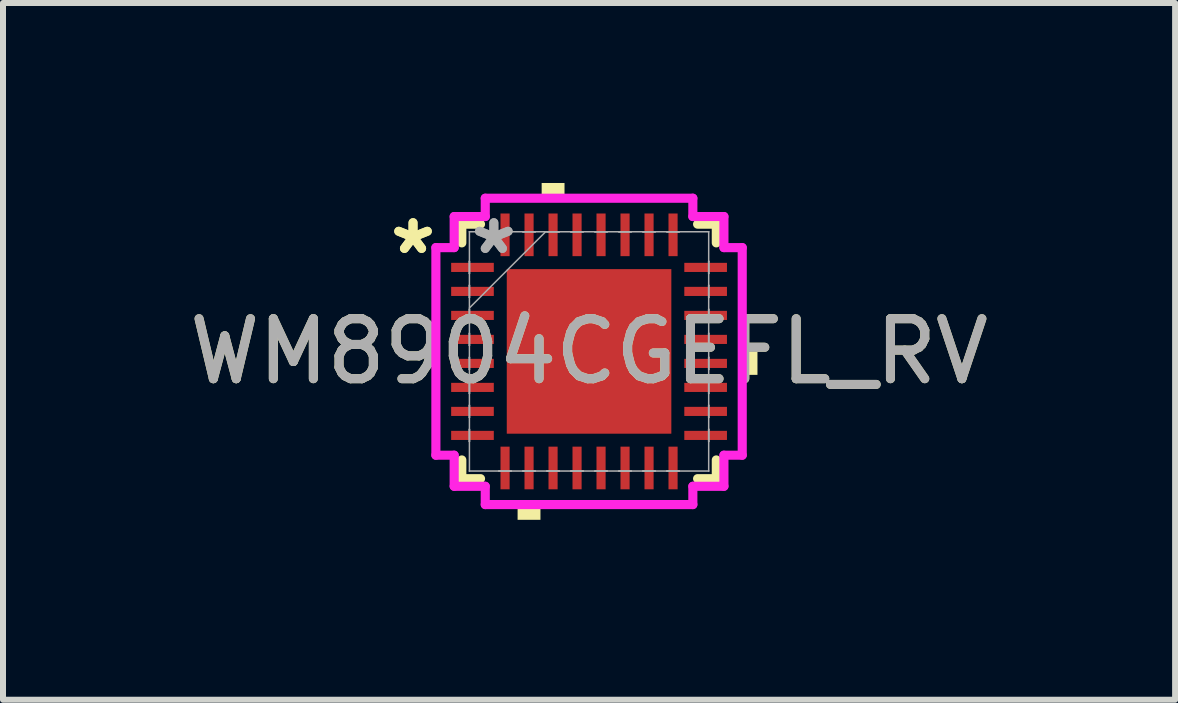
<source format=kicad_pcb>
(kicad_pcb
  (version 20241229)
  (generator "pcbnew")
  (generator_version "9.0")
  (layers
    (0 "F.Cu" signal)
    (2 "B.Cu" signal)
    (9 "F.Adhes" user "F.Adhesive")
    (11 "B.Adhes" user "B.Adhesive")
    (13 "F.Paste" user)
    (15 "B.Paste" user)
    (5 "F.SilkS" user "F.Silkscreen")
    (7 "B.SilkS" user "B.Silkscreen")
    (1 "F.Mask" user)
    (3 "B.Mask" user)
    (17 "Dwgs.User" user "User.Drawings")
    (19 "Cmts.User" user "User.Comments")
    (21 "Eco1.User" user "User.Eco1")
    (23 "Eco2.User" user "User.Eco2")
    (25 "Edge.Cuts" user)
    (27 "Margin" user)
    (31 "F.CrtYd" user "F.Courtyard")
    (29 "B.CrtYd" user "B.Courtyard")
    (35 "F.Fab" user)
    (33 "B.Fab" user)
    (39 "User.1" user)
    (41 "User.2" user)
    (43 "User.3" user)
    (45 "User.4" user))
  (footprint "WM8904CGEFL_RV"
    (layer "F.Cu")
    (at 6.768 2.807)
    (property "Reference" "WM8904CGEFL_RV" (at 0 0 0) (unlocked yes) (layer "F.SilkS") (effects (font (size 1 1) (thickness 0.15))))
    (attr smd)
    (fp_line (start -2.121 -2.121) (end -2.121 -1.809) (stroke (width 0.152) (type solid)) (layer "F.SilkS"))
    (fp_line (start -2.121 1.809) (end -2.121 2.121) (stroke (width 0.152) (type solid)) (layer "F.SilkS"))
    (fp_line (start -2.121 2.121) (end -1.809 2.121) (stroke (width 0.152) (type solid)) (layer "F.SilkS"))
    (fp_line (start -1.809 -2.121) (end -2.121 -2.121) (stroke (width 0.152) (type solid)) (layer "F.SilkS"))
    (fp_line (start 1.809 2.121) (end 2.121 2.121) (stroke (width 0.152) (type solid)) (layer "F.SilkS"))
    (fp_line (start 2.121 -2.121) (end 1.809 -2.121) (stroke (width 0.152) (type solid)) (layer "F.SilkS"))
    (fp_line (start 2.121 -1.809) (end 2.121 -2.121) (stroke (width 0.152) (type solid)) (layer "F.SilkS"))
    (fp_line (start 2.121 2.121) (end 2.121 1.809) (stroke (width 0.152) (type solid)) (layer "F.SilkS"))
    (fp_poly (pts (xy -1.191 2.553) (xy -1.191 2.807) (xy -0.81 2.807) (xy -0.81 2.553)) (stroke (width 0) (type solid)) (fill yes) (layer "F.SilkS"))
    (fp_poly (pts (xy -0.79 -2.553) (xy -0.79 -2.807) (xy -0.409 -2.807) (xy -0.409 -2.553)) (stroke (width 0) (type solid)) (fill yes) (layer "F.SilkS"))
    (fp_poly (pts (xy 2.807 0.009) (xy 2.807 0.391) (xy 2.553 0.391) (xy 2.553 0.009)) (stroke (width 0) (type solid)) (fill yes) (layer "F.SilkS"))
    (fp_poly (pts (xy -1.272 -1.272) (xy -1.272 -0.1) (xy -0.1 -0.1) (xy -0.1 -1.272)) (stroke (width 0) (type solid)) (fill yes) (layer "F.Paste"))
    (fp_poly (pts (xy -1.272 0.1) (xy -1.272 1.272) (xy -0.1 1.272) (xy -0.1 0.1)) (stroke (width 0) (type solid)) (fill yes) (layer "F.Paste"))
    (fp_poly (pts (xy 0.1 -1.272) (xy 0.1 -0.1) (xy 1.272 -0.1) (xy 1.272 -1.272)) (stroke (width 0) (type solid)) (fill yes) (layer "F.Paste"))
    (fp_poly (pts (xy 0.1 0.1) (xy 0.1 1.272) (xy 1.272 1.272) (xy 1.272 0.1)) (stroke (width 0) (type solid)) (fill yes) (layer "F.Paste"))
    (fp_line (start -2.553 -1.73) (end -2.248 -1.73) (stroke (width 0.152) (type solid)) (layer "F.CrtYd"))
    (fp_line (start -2.553 1.73) (end -2.553 -1.73) (stroke (width 0.152) (type solid)) (layer "F.CrtYd"))
    (fp_line (start -2.248 -2.248) (end -1.73 -2.248) (stroke (width 0.152) (type solid)) (layer "F.CrtYd"))
    (fp_line (start -2.248 -1.73) (end -2.248 -2.248) (stroke (width 0.152) (type solid)) (layer "F.CrtYd"))
    (fp_line (start -2.248 1.73) (end -2.553 1.73) (stroke (width 0.152) (type solid)) (layer "F.CrtYd"))
    (fp_line (start -2.248 2.248) (end -2.248 1.73) (stroke (width 0.152) (type solid)) (layer "F.CrtYd"))
    (fp_line (start -1.73 -2.553) (end 1.73 -2.553) (stroke (width 0.152) (type solid)) (layer "F.CrtYd"))
    (fp_line (start -1.73 -2.248) (end -1.73 -2.553) (stroke (width 0.152) (type solid)) (layer "F.CrtYd"))
    (fp_line (start -1.73 2.248) (end -2.248 2.248) (stroke (width 0.152) (type solid)) (layer "F.CrtYd"))
    (fp_line (start -1.73 2.553) (end -1.73 2.248) (stroke (width 0.152) (type solid)) (layer "F.CrtYd"))
    (fp_line (start 1.73 -2.553) (end 1.73 -2.248) (stroke (width 0.152) (type solid)) (layer "F.CrtYd"))
    (fp_line (start 1.73 -2.248) (end 2.248 -2.248) (stroke (width 0.152) (type solid)) (layer "F.CrtYd"))
    (fp_line (start 1.73 2.248) (end 1.73 2.553) (stroke (width 0.152) (type solid)) (layer "F.CrtYd"))
    (fp_line (start 1.73 2.553) (end -1.73 2.553) (stroke (width 0.152) (type solid)) (layer "F.CrtYd"))
    (fp_line (start 2.248 -2.248) (end 2.248 -1.73) (stroke (width 0.152) (type solid)) (layer "F.CrtYd"))
    (fp_line (start 2.248 -1.73) (end 2.553 -1.73) (stroke (width 0.152) (type solid)) (layer "F.CrtYd"))
    (fp_line (start 2.248 1.73) (end 2.248 2.248) (stroke (width 0.152) (type solid)) (layer "F.CrtYd"))
    (fp_line (start 2.248 2.248) (end 1.73 2.248) (stroke (width 0.152) (type solid)) (layer "F.CrtYd"))
    (fp_line (start 2.553 -1.73) (end 2.553 1.73) (stroke (width 0.152) (type solid)) (layer "F.CrtYd"))
    (fp_line (start 2.553 1.73) (end 2.248 1.73) (stroke (width 0.152) (type solid)) (layer "F.CrtYd"))
    (fp_line (start -1.994 -1.994) (end -1.994 -1.994) (stroke (width 0.025) (type solid)) (layer "F.Fab"))
    (fp_line (start -1.994 -1.994) (end -1.994 1.994) (stroke (width 0.025) (type solid)) (layer "F.Fab"))
    (fp_line (start -1.994 -1.502) (end -1.994 -1.502) (stroke (width 0.025) (type solid)) (layer "F.Fab"))
    (fp_line (start -1.994 -1.502) (end -1.994 -1.298) (stroke (width 0.025) (type solid)) (layer "F.Fab"))
    (fp_line (start -1.994 -1.298) (end -1.994 -1.502) (stroke (width 0.025) (type solid)) (layer "F.Fab"))
    (fp_line (start -1.994 -1.298) (end -1.994 -1.298) (stroke (width 0.025) (type solid)) (layer "F.Fab"))
    (fp_line (start -1.994 -1.102) (end -1.994 -1.102) (stroke (width 0.025) (type solid)) (layer "F.Fab"))
    (fp_line (start -1.994 -1.102) (end -1.994 -0.898) (stroke (width 0.025) (type solid)) (layer "F.Fab"))
    (fp_line (start -1.994 -0.898) (end -1.994 -1.102) (stroke (width 0.025) (type solid)) (layer "F.Fab"))
    (fp_line (start -1.994 -0.898) (end -1.994 -0.898) (stroke (width 0.025) (type solid)) (layer "F.Fab"))
    (fp_line (start -1.994 -0.724) (end -0.724 -1.994) (stroke (width 0.025) (type solid)) (layer "F.Fab"))
    (fp_line (start -1.994 -0.702) (end -1.994 -0.702) (stroke (width 0.025) (type solid)) (layer "F.Fab"))
    (fp_line (start -1.994 -0.702) (end -1.994 -0.498) (stroke (width 0.025) (type solid)) (layer "F.Fab"))
    (fp_line (start -1.994 -0.498) (end -1.994 -0.702) (stroke (width 0.025) (type solid)) (layer "F.Fab"))
    (fp_line (start -1.994 -0.498) (end -1.994 -0.498) (stroke (width 0.025) (type solid)) (layer "F.Fab"))
    (fp_line (start -1.994 -0.302) (end -1.994 -0.302) (stroke (width 0.025) (type solid)) (layer "F.Fab"))
    (fp_line (start -1.994 -0.302) (end -1.994 -0.098) (stroke (width 0.025) (type solid)) (layer "F.Fab"))
    (fp_line (start -1.994 -0.098) (end -1.994 -0.302) (stroke (width 0.025) (type solid)) (layer "F.Fab"))
    (fp_line (start -1.994 -0.098) (end -1.994 -0.098) (stroke (width 0.025) (type solid)) (layer "F.Fab"))
    (fp_line (start -1.994 0.098) (end -1.994 0.098) (stroke (width 0.025) (type solid)) (layer "F.Fab"))
    (fp_line (start -1.994 0.098) (end -1.994 0.302) (stroke (width 0.025) (type solid)) (layer "F.Fab"))
    (fp_line (start -1.994 0.302) (end -1.994 0.098) (stroke (width 0.025) (type solid)) (layer "F.Fab"))
    (fp_line (start -1.994 0.302) (end -1.994 0.302) (stroke (width 0.025) (type solid)) (layer "F.Fab"))
    (fp_line (start -1.994 0.498) (end -1.994 0.498) (stroke (width 0.025) (type solid)) (layer "F.Fab"))
    (fp_line (start -1.994 0.498) (end -1.994 0.702) (stroke (width 0.025) (type solid)) (layer "F.Fab"))
    (fp_line (start -1.994 0.702) (end -1.994 0.498) (stroke (width 0.025) (type solid)) (layer "F.Fab"))
    (fp_line (start -1.994 0.702) (end -1.994 0.702) (stroke (width 0.025) (type solid)) (layer "F.Fab"))
    (fp_line (start -1.994 0.898) (end -1.994 0.898) (stroke (width 0.025) (type solid)) (layer "F.Fab"))
    (fp_line (start -1.994 0.898) (end -1.994 1.102) (stroke (width 0.025) (type solid)) (layer "F.Fab"))
    (fp_line (start -1.994 1.102) (end -1.994 0.898) (stroke (width 0.025) (type solid)) (layer "F.Fab"))
    (fp_line (start -1.994 1.102) (end -1.994 1.102) (stroke (width 0.025) (type solid)) (layer "F.Fab"))
    (fp_line (start -1.994 1.298) (end -1.994 1.298) (stroke (width 0.025) (type solid)) (layer "F.Fab"))
    (fp_line (start -1.994 1.298) (end -1.994 1.502) (stroke (width 0.025) (type solid)) (layer "F.Fab"))
    (fp_line (start -1.994 1.502) (end -1.994 1.298) (stroke (width 0.025) (type solid)) (layer "F.Fab"))
    (fp_line (start -1.994 1.502) (end -1.994 1.502) (stroke (width 0.025) (type solid)) (layer "F.Fab"))
    (fp_line (start -1.994 1.994) (end -1.994 1.994) (stroke (width 0.025) (type solid)) (layer "F.Fab"))
    (fp_line (start -1.994 1.994) (end 1.994 1.994) (stroke (width 0.025) (type solid)) (layer "F.Fab"))
    (fp_line (start -1.502 -1.994) (end -1.502 -1.994) (stroke (width 0.025) (type solid)) (layer "F.Fab"))
    (fp_line (start -1.502 -1.994) (end -1.298 -1.994) (stroke (width 0.025) (type solid)) (layer "F.Fab"))
    (fp_line (start -1.502 1.994) (end -1.502 1.994) (stroke (width 0.025) (type solid)) (layer "F.Fab"))
    (fp_line (start -1.502 1.994) (end -1.298 1.994) (stroke (width 0.025) (type solid)) (layer "F.Fab"))
    (fp_line (start -1.298 -1.994) (end -1.502 -1.994) (stroke (width 0.025) (type solid)) (layer "F.Fab"))
    (fp_line (start -1.298 -1.994) (end -1.298 -1.994) (stroke (width 0.025) (type solid)) (layer "F.Fab"))
    (fp_line (start -1.298 1.994) (end -1.502 1.994) (stroke (width 0.025) (type solid)) (layer "F.Fab"))
    (fp_line (start -1.298 1.994) (end -1.298 1.994) (stroke (width 0.025) (type solid)) (layer "F.Fab"))
    (fp_line (start -1.102 -1.994) (end -1.102 -1.994) (stroke (width 0.025) (type solid)) (layer "F.Fab"))
    (fp_line (start -1.102 -1.994) (end -0.898 -1.994) (stroke (width 0.025) (type solid)) (layer "F.Fab"))
    (fp_line (start -1.102 1.994) (end -1.102 1.994) (stroke (width 0.025) (type solid)) (layer "F.Fab"))
    (fp_line (start -1.102 1.994) (end -0.898 1.994) (stroke (width 0.025) (type solid)) (layer "F.Fab"))
    (fp_line (start -0.898 -1.994) (end -1.102 -1.994) (stroke (width 0.025) (type solid)) (layer "F.Fab"))
    (fp_line (start -0.898 -1.994) (end -0.898 -1.994) (stroke (width 0.025) (type solid)) (layer "F.Fab"))
    (fp_line (start -0.898 1.994) (end -1.102 1.994) (stroke (width 0.025) (type solid)) (layer "F.Fab"))
    (fp_line (start -0.898 1.994) (end -0.898 1.994) (stroke (width 0.025) (type solid)) (layer "F.Fab"))
    (fp_line (start -0.702 -1.994) (end -0.702 -1.994) (stroke (width 0.025) (type solid)) (layer "F.Fab"))
    (fp_line (start -0.702 -1.994) (end -0.498 -1.994) (stroke (width 0.025) (type solid)) (layer "F.Fab"))
    (fp_line (start -0.702 1.994) (end -0.702 1.994) (stroke (width 0.025) (type solid)) (layer "F.Fab"))
    (fp_line (start -0.702 1.994) (end -0.498 1.994) (stroke (width 0.025) (type solid)) (layer "F.Fab"))
    (fp_line (start -0.498 -1.994) (end -0.702 -1.994) (stroke (width 0.025) (type solid)) (layer "F.Fab"))
    (fp_line (start -0.498 -1.994) (end -0.498 -1.994) (stroke (width 0.025) (type solid)) (layer "F.Fab"))
    (fp_line (start -0.498 1.994) (end -0.702 1.994) (stroke (width 0.025) (type solid)) (layer "F.Fab"))
    (fp_line (start -0.498 1.994) (end -0.498 1.994) (stroke (width 0.025) (type solid)) (layer "F.Fab"))
    (fp_line (start -0.302 -1.994) (end -0.302 -1.994) (stroke (width 0.025) (type solid)) (layer "F.Fab"))
    (fp_line (start -0.302 -1.994) (end -0.098 -1.994) (stroke (width 0.025) (type solid)) (layer "F.Fab"))
    (fp_line (start -0.302 1.994) (end -0.302 1.994) (stroke (width 0.025) (type solid)) (layer "F.Fab"))
    (fp_line (start -0.302 1.994) (end -0.098 1.994) (stroke (width 0.025) (type solid)) (layer "F.Fab"))
    (fp_line (start -0.098 -1.994) (end -0.302 -1.994) (stroke (width 0.025) (type solid)) (layer "F.Fab"))
    (fp_line (start -0.098 -1.994) (end -0.098 -1.994) (stroke (width 0.025) (type solid)) (layer "F.Fab"))
    (fp_line (start -0.098 1.994) (end -0.302 1.994) (stroke (width 0.025) (type solid)) (layer "F.Fab"))
    (fp_line (start -0.098 1.994) (end -0.098 1.994) (stroke (width 0.025) (type solid)) (layer "F.Fab"))
    (fp_line (start 0.098 -1.994) (end 0.098 -1.994) (stroke (width 0.025) (type solid)) (layer "F.Fab"))
    (fp_line (start 0.098 -1.994) (end 0.302 -1.994) (stroke (width 0.025) (type solid)) (layer "F.Fab"))
    (fp_line (start 0.098 1.994) (end 0.098 1.994) (stroke (width 0.025) (type solid)) (layer "F.Fab"))
    (fp_line (start 0.098 1.994) (end 0.302 1.994) (stroke (width 0.025) (type solid)) (layer "F.Fab"))
    (fp_line (start 0.302 -1.994) (end 0.098 -1.994) (stroke (width 0.025) (type solid)) (layer "F.Fab"))
    (fp_line (start 0.302 -1.994) (end 0.302 -1.994) (stroke (width 0.025) (type solid)) (layer "F.Fab"))
    (fp_line (start 0.302 1.994) (end 0.098 1.994) (stroke (width 0.025) (type solid)) (layer "F.Fab"))
    (fp_line (start 0.302 1.994) (end 0.302 1.994) (stroke (width 0.025) (type solid)) (layer "F.Fab"))
    (fp_line (start 0.498 -1.994) (end 0.498 -1.994) (stroke (width 0.025) (type solid)) (layer "F.Fab"))
    (fp_line (start 0.498 -1.994) (end 0.702 -1.994) (stroke (width 0.025) (type solid)) (layer "F.Fab"))
    (fp_line (start 0.498 1.994) (end 0.498 1.994) (stroke (width 0.025) (type solid)) (layer "F.Fab"))
    (fp_line (start 0.498 1.994) (end 0.702 1.994) (stroke (width 0.025) (type solid)) (layer "F.Fab"))
    (fp_line (start 0.702 -1.994) (end 0.498 -1.994) (stroke (width 0.025) (type solid)) (layer "F.Fab"))
    (fp_line (start 0.702 -1.994) (end 0.702 -1.994) (stroke (width 0.025) (type solid)) (layer "F.Fab"))
    (fp_line (start 0.702 1.994) (end 0.498 1.994) (stroke (width 0.025) (type solid)) (layer "F.Fab"))
    (fp_line (start 0.702 1.994) (end 0.702 1.994) (stroke (width 0.025) (type solid)) (layer "F.Fab"))
    (fp_line (start 0.898 -1.994) (end 0.898 -1.994) (stroke (width 0.025) (type solid)) (layer "F.Fab"))
    (fp_line (start 0.898 -1.994) (end 1.102 -1.994) (stroke (width 0.025) (type solid)) (layer "F.Fab"))
    (fp_line (start 0.898 1.994) (end 0.898 1.994) (stroke (width 0.025) (type solid)) (layer "F.Fab"))
    (fp_line (start 0.898 1.994) (end 1.102 1.994) (stroke (width 0.025) (type solid)) (layer "F.Fab"))
    (fp_line (start 1.102 -1.994) (end 0.898 -1.994) (stroke (width 0.025) (type solid)) (layer "F.Fab"))
    (fp_line (start 1.102 -1.994) (end 1.102 -1.994) (stroke (width 0.025) (type solid)) (layer "F.Fab"))
    (fp_line (start 1.102 1.994) (end 0.898 1.994) (stroke (width 0.025) (type solid)) (layer "F.Fab"))
    (fp_line (start 1.102 1.994) (end 1.102 1.994) (stroke (width 0.025) (type solid)) (layer "F.Fab"))
    (fp_line (start 1.298 -1.994) (end 1.298 -1.994) (stroke (width 0.025) (type solid)) (layer "F.Fab"))
    (fp_line (start 1.298 -1.994) (end 1.502 -1.994) (stroke (width 0.025) (type solid)) (layer "F.Fab"))
    (fp_line (start 1.298 1.994) (end 1.298 1.994) (stroke (width 0.025) (type solid)) (layer "F.Fab"))
    (fp_line (start 1.298 1.994) (end 1.502 1.994) (stroke (width 0.025) (type solid)) (layer "F.Fab"))
    (fp_line (start 1.502 -1.994) (end 1.298 -1.994) (stroke (width 0.025) (type solid)) (layer "F.Fab"))
    (fp_line (start 1.502 -1.994) (end 1.502 -1.994) (stroke (width 0.025) (type solid)) (layer "F.Fab"))
    (fp_line (start 1.502 1.994) (end 1.298 1.994) (stroke (width 0.025) (type solid)) (layer "F.Fab"))
    (fp_line (start 1.502 1.994) (end 1.502 1.994) (stroke (width 0.025) (type solid)) (layer "F.Fab"))
    (fp_line (start 1.994 -1.994) (end -1.994 -1.994) (stroke (width 0.025) (type solid)) (layer "F.Fab"))
    (fp_line (start 1.994 -1.994) (end 1.994 -1.994) (stroke (width 0.025) (type solid)) (layer "F.Fab"))
    (fp_line (start 1.994 -1.502) (end 1.994 -1.502) (stroke (width 0.025) (type solid)) (layer "F.Fab"))
    (fp_line (start 1.994 -1.502) (end 1.994 -1.298) (stroke (width 0.025) (type solid)) (layer "F.Fab"))
    (fp_line (start 1.994 -1.298) (end 1.994 -1.502) (stroke (width 0.025) (type solid)) (layer "F.Fab"))
    (fp_line (start 1.994 -1.298) (end 1.994 -1.298) (stroke (width 0.025) (type solid)) (layer "F.Fab"))
    (fp_line (start 1.994 -1.102) (end 1.994 -1.102) (stroke (width 0.025) (type solid)) (layer "F.Fab"))
    (fp_line (start 1.994 -1.102) (end 1.994 -0.898) (stroke (width 0.025) (type solid)) (layer "F.Fab"))
    (fp_line (start 1.994 -0.898) (end 1.994 -1.102) (stroke (width 0.025) (type solid)) (layer "F.Fab"))
    (fp_line (start 1.994 -0.898) (end 1.994 -0.898) (stroke (width 0.025) (type solid)) (layer "F.Fab"))
    (fp_line (start 1.994 -0.702) (end 1.994 -0.702) (stroke (width 0.025) (type solid)) (layer "F.Fab"))
    (fp_line (start 1.994 -0.702) (end 1.994 -0.498) (stroke (width 0.025) (type solid)) (layer "F.Fab"))
    (fp_line (start 1.994 -0.498) (end 1.994 -0.702) (stroke (width 0.025) (type solid)) (layer "F.Fab"))
    (fp_line (start 1.994 -0.498) (end 1.994 -0.498) (stroke (width 0.025) (type solid)) (layer "F.Fab"))
    (fp_line (start 1.994 -0.302) (end 1.994 -0.302) (stroke (width 0.025) (type solid)) (layer "F.Fab"))
    (fp_line (start 1.994 -0.302) (end 1.994 -0.098) (stroke (width 0.025) (type solid)) (layer "F.Fab"))
    (fp_line (start 1.994 -0.098) (end 1.994 -0.302) (stroke (width 0.025) (type solid)) (layer "F.Fab"))
    (fp_line (start 1.994 -0.098) (end 1.994 -0.098) (stroke (width 0.025) (type solid)) (layer "F.Fab"))
    (fp_line (start 1.994 0.098) (end 1.994 0.098) (stroke (width 0.025) (type solid)) (layer "F.Fab"))
    (fp_line (start 1.994 0.098) (end 1.994 0.302) (stroke (width 0.025) (type solid)) (layer "F.Fab"))
    (fp_line (start 1.994 0.302) (end 1.994 0.098) (stroke (width 0.025) (type solid)) (layer "F.Fab"))
    (fp_line (start 1.994 0.302) (end 1.994 0.302) (stroke (width 0.025) (type solid)) (layer "F.Fab"))
    (fp_line (start 1.994 0.498) (end 1.994 0.498) (stroke (width 0.025) (type solid)) (layer "F.Fab"))
    (fp_line (start 1.994 0.498) (end 1.994 0.702) (stroke (width 0.025) (type solid)) (layer "F.Fab"))
    (fp_line (start 1.994 0.702) (end 1.994 0.498) (stroke (width 0.025) (type solid)) (layer "F.Fab"))
    (fp_line (start 1.994 0.702) (end 1.994 0.702) (stroke (width 0.025) (type solid)) (layer "F.Fab"))
    (fp_line (start 1.994 0.898) (end 1.994 0.898) (stroke (width 0.025) (type solid)) (layer "F.Fab"))
    (fp_line (start 1.994 0.898) (end 1.994 1.102) (stroke (width 0.025) (type solid)) (layer "F.Fab"))
    (fp_line (start 1.994 1.102) (end 1.994 0.898) (stroke (width 0.025) (type solid)) (layer "F.Fab"))
    (fp_line (start 1.994 1.102) (end 1.994 1.102) (stroke (width 0.025) (type solid)) (layer "F.Fab"))
    (fp_line (start 1.994 1.298) (end 1.994 1.298) (stroke (width 0.025) (type solid)) (layer "F.Fab"))
    (fp_line (start 1.994 1.298) (end 1.994 1.502) (stroke (width 0.025) (type solid)) (layer "F.Fab"))
    (fp_line (start 1.994 1.502) (end 1.994 1.298) (stroke (width 0.025) (type solid)) (layer "F.Fab"))
    (fp_line (start 1.994 1.502) (end 1.994 1.502) (stroke (width 0.025) (type solid)) (layer "F.Fab"))
    (fp_line (start 1.994 1.994) (end 1.994 -1.994) (stroke (width 0.025) (type solid)) (layer "F.Fab"))
    (fp_line (start 1.994 1.994) (end 1.994 1.994) (stroke (width 0.025) (type solid)) (layer "F.Fab"))
    (fp_text user "*" (at -2.934 -1.6 0) (layer "F.SilkS") (effects (font (size 1 1) (thickness 0.15))))
    (fp_text user "*" (at -2.934 -1.6 0) (unlocked yes) (layer "F.SilkS") (effects (font (size 1 1) (thickness 0.15))))
    (fp_text user "${REFERENCE}" (at 0 0 0) (unlocked yes) (layer "F.Fab") (effects (font (size 1 1) (thickness 0.15))))
    (fp_text user "*" (at -1.587 -1.6 0) (unlocked yes) (layer "F.Fab") (effects (font (size 1 1) (thickness 0.15))))
    (fp_text user "*" (at -1.587 -1.6 0) (layer "F.Fab") (effects (font (size 1 1) (thickness 0.15))))
    (pad "1" smd rect (at -1.943 -1.4 90) (size 0.152 0.711) (layers "F.Cu" "F.Mask" "F.Paste"))
    (pad "2" smd rect (at -1.943 -1 90) (size 0.152 0.711) (layers "F.Cu" "F.Mask" "F.Paste"))
    (pad "3" smd rect (at -1.943 -0.6 90) (size 0.152 0.711) (layers "F.Cu" "F.Mask" "F.Paste"))
    (pad "4" smd rect (at -1.943 -0.2 90) (size 0.152 0.711) (layers "F.Cu" "F.Mask" "F.Paste"))
    (pad "5" smd rect (at -1.943 0.2 90) (size 0.152 0.711) (layers "F.Cu" "F.Mask" "F.Paste"))
    (pad "6" smd rect (at -1.943 0.6 90) (size 0.152 0.711) (layers "F.Cu" "F.Mask" "F.Paste"))
    (pad "7" smd rect (at -1.943 1 90) (size 0.152 0.711) (layers "F.Cu" "F.Mask" "F.Paste"))
    (pad "8" smd rect (at -1.943 1.4 90) (size 0.152 0.711) (layers "F.Cu" "F.Mask" "F.Paste"))
    (pad "9" smd rect (at -1.4 1.943) (size 0.152 0.711) (layers "F.Cu" "F.Mask" "F.Paste"))
    (pad "10" smd rect (at -1 1.943) (size 0.152 0.711) (layers "F.Cu" "F.Mask" "F.Paste"))
    (pad "11" smd rect (at -0.6 1.943) (size 0.152 0.711) (layers "F.Cu" "F.Mask" "F.Paste"))
    (pad "12" smd rect (at -0.2 1.943) (size 0.152 0.711) (layers "F.Cu" "F.Mask" "F.Paste"))
    (pad "13" smd rect (at 0.2 1.943) (size 0.152 0.711) (layers "F.Cu" "F.Mask" "F.Paste"))
    (pad "14" smd rect (at 0.6 1.943) (size 0.152 0.711) (layers "F.Cu" "F.Mask" "F.Paste"))
    (pad "15" smd rect (at 1 1.943) (size 0.152 0.711) (layers "F.Cu" "F.Mask" "F.Paste"))
    (pad "16" smd rect (at 1.4 1.943) (size 0.152 0.711) (layers "F.Cu" "F.Mask" "F.Paste"))
    (pad "17" smd rect (at 1.943 1.4 90) (size 0.152 0.711) (layers "F.Cu" "F.Mask" "F.Paste"))
    (pad "18" smd rect (at 1.943 1 90) (size 0.152 0.711) (layers "F.Cu" "F.Mask" "F.Paste"))
    (pad "19" smd rect (at 1.943 0.6 90) (size 0.152 0.711) (layers "F.Cu" "F.Mask" "F.Paste"))
    (pad "20" smd rect (at 1.943 0.2 90) (size 0.152 0.711) (layers "F.Cu" "F.Mask" "F.Paste"))
    (pad "21" smd rect (at 1.943 -0.2 90) (size 0.152 0.711) (layers "F.Cu" "F.Mask" "F.Paste"))
    (pad "22" smd rect (at 1.943 -0.6 90) (size 0.152 0.711) (layers "F.Cu" "F.Mask" "F.Paste"))
    (pad "23" smd rect (at 1.943 -1 90) (size 0.152 0.711) (layers "F.Cu" "F.Mask" "F.Paste"))
    (pad "24" smd rect (at 1.943 -1.4 90) (size 0.152 0.711) (layers "F.Cu" "F.Mask" "F.Paste"))
    (pad "25" smd rect (at 1.4 -1.943) (size 0.152 0.711) (layers "F.Cu" "F.Mask" "F.Paste"))
    (pad "26" smd rect (at 1 -1.943) (size 0.152 0.711) (layers "F.Cu" "F.Mask" "F.Paste"))
    (pad "27" smd rect (at 0.6 -1.943) (size 0.152 0.711) (layers "F.Cu" "F.Mask" "F.Paste"))
    (pad "28" smd rect (at 0.2 -1.943) (size 0.152 0.711) (layers "F.Cu" "F.Mask" "F.Paste"))
    (pad "29" smd rect (at -0.2 -1.943) (size 0.152 0.711) (layers "F.Cu" "F.Mask" "F.Paste"))
    (pad "30" smd rect (at -0.6 -1.943) (size 0.152 0.711) (layers "F.Cu" "F.Mask" "F.Paste"))
    (pad "31" smd rect (at -1 -1.943) (size 0.152 0.711) (layers "F.Cu" "F.Mask" "F.Paste"))
    (pad "32" smd rect (at -1.4 -1.943) (size 0.152 0.711) (layers "F.Cu" "F.Mask" "F.Paste"))
    (pad "33" smd rect (at 0 0) (size 2.743 2.743) (layers "F.Cu" "F.Mask" "F.Paste")))
  (gr_rect
    (start -3 -3)
    (end 16.536 8.613)
    (stroke (width 0.1) (type default))
    (fill no)
    (layer "Edge.Cuts")))
</source>
